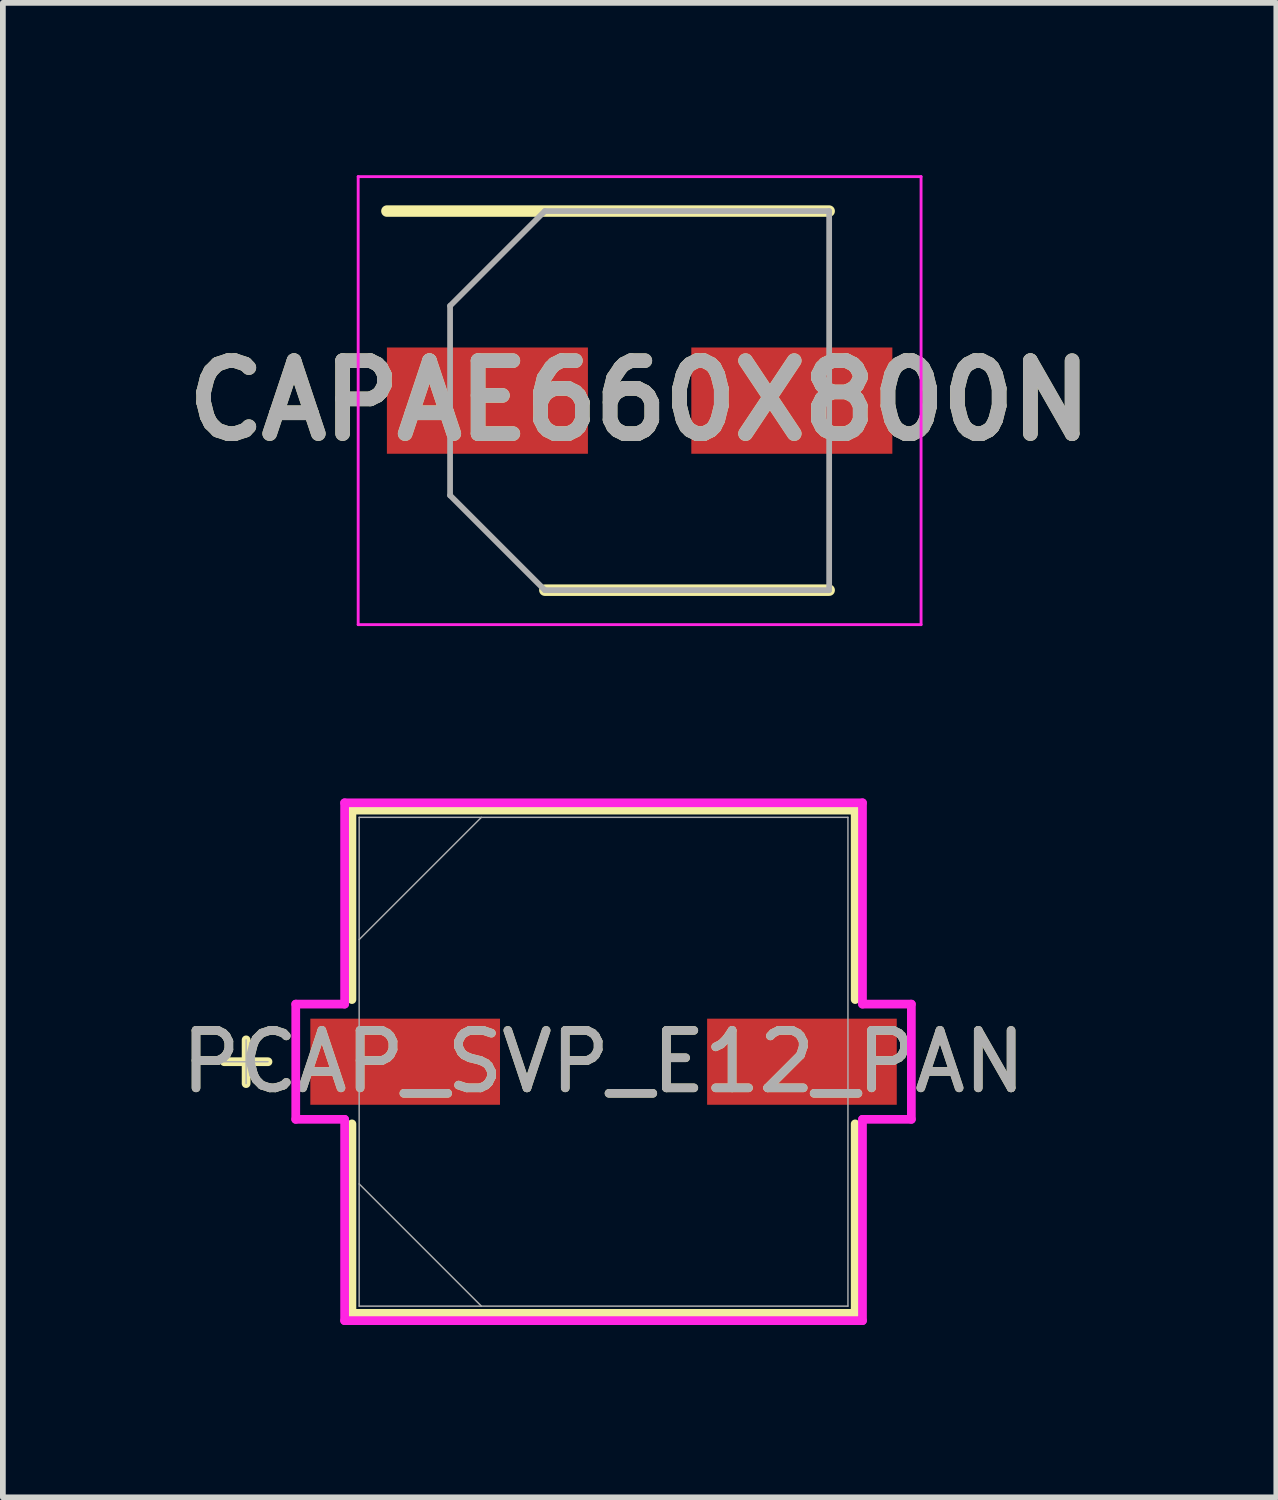
<source format=kicad_pcb>
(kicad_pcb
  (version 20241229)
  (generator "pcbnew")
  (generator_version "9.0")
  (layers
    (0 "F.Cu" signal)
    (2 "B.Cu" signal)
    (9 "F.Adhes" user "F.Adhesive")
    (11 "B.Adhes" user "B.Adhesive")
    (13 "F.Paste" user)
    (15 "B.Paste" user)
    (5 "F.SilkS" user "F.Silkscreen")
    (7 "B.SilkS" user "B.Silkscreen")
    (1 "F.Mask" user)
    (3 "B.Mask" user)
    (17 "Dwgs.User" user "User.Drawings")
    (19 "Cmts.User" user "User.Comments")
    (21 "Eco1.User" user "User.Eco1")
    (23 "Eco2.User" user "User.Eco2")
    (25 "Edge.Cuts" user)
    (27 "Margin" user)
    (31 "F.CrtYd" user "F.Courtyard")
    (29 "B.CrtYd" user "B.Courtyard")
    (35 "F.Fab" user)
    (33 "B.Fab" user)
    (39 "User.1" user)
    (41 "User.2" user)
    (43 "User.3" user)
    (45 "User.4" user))
  (footprint "CAPAE660X800N"
    (layer "F.Cu")
    (at 8.086 3.925)
    (property "Reference" "CAPAE660X800N" (at 0 0 0) (layer "F.SilkS") (effects (font (size 1.27 1.27) (thickness 0.254))))
    (attr smd)
    (fp_line (start -4.4 -3.3) (end 3.3 -3.3) (stroke (width 0.2) (type solid)) (layer "F.SilkS"))
    (fp_line (start -1.65 3.3) (end 3.3 3.3) (stroke (width 0.2) (type solid)) (layer "F.SilkS"))
    (fp_line (start -4.9 -3.9) (end 4.9 -3.9) (stroke (width 0.05) (type solid)) (layer "F.CrtYd"))
    (fp_line (start -4.9 3.9) (end -4.9 -3.9) (stroke (width 0.05) (type solid)) (layer "F.CrtYd"))
    (fp_line (start 4.9 -3.9) (end 4.9 3.9) (stroke (width 0.05) (type solid)) (layer "F.CrtYd"))
    (fp_line (start 4.9 3.9) (end -4.9 3.9) (stroke (width 0.05) (type solid)) (layer "F.CrtYd"))
    (fp_line (start -3.3 -1.65) (end -3.3 1.65) (stroke (width 0.1) (type solid)) (layer "F.Fab"))
    (fp_line (start -3.3 1.65) (end -1.65 3.3) (stroke (width 0.1) (type solid)) (layer "F.Fab"))
    (fp_line (start -1.65 -3.3) (end -3.3 -1.65) (stroke (width 0.1) (type solid)) (layer "F.Fab"))
    (fp_line (start -1.65 3.3) (end 3.3 3.3) (stroke (width 0.1) (type solid)) (layer "F.Fab"))
    (fp_line (start 3.3 -3.3) (end -1.65 -3.3) (stroke (width 0.1) (type solid)) (layer "F.Fab"))
    (fp_line (start 3.3 3.3) (end 3.3 -3.3) (stroke (width 0.1) (type solid)) (layer "F.Fab"))
    (fp_text user "${REFERENCE}" (at 0 0 0) (layer "F.Fab") (effects (font (size 1.27 1.27) (thickness 0.254))))
    (pad "1" smd rect (at -2.65 0 90) (size 1.85 3.5) (layers "F.Cu" "F.Mask" "F.Paste"))
    (pad "2" smd rect (at 2.65 0 90) (size 1.85 3.5) (layers "F.Cu" "F.Mask" "F.Paste")))
  (footprint "PCAP_SVP_E12_PAN"
    (layer "F.Cu")
    (at 7.458 15.435)
    (property "Reference" "PCAP_SVP_E12_PAN" (at 0 0 0) (unlocked yes) (layer "F.SilkS") (effects (font (size 1 1) (thickness 0.15))))
    (attr smd)
    (fp_line (start -6.223 -0.381) (end -6.223 0.381) (stroke (width 0.152) (type solid)) (layer "F.SilkS"))
    (fp_line (start -5.842 0) (end -6.604 0) (stroke (width 0.152) (type solid)) (layer "F.SilkS"))
    (fp_line (start -4.381 -4.381) (end -4.381 -1.082) (stroke (width 0.152) (type solid)) (layer "F.SilkS"))
    (fp_line (start -4.381 1.082) (end -4.381 4.381) (stroke (width 0.152) (type solid)) (layer "F.SilkS"))
    (fp_line (start -4.381 4.381) (end 4.381 4.381) (stroke (width 0.152) (type solid)) (layer "F.SilkS"))
    (fp_line (start 4.381 -4.381) (end -4.381 -4.381) (stroke (width 0.152) (type solid)) (layer "F.SilkS"))
    (fp_line (start 4.381 -1.082) (end 4.381 -4.381) (stroke (width 0.152) (type solid)) (layer "F.SilkS"))
    (fp_line (start 4.381 4.381) (end 4.381 1.082) (stroke (width 0.152) (type solid)) (layer "F.SilkS"))
    (fp_line (start -5.359 -1.003) (end -4.508 -1.003) (stroke (width 0.152) (type solid)) (layer "F.CrtYd"))
    (fp_line (start -5.359 1.003) (end -5.359 -1.003) (stroke (width 0.152) (type solid)) (layer "F.CrtYd"))
    (fp_line (start -4.508 -4.508) (end 4.508 -4.508) (stroke (width 0.152) (type solid)) (layer "F.CrtYd"))
    (fp_line (start -4.508 -1.003) (end -4.508 -4.508) (stroke (width 0.152) (type solid)) (layer "F.CrtYd"))
    (fp_line (start -4.508 1.003) (end -5.359 1.003) (stroke (width 0.152) (type solid)) (layer "F.CrtYd"))
    (fp_line (start -4.508 4.508) (end -4.508 1.003) (stroke (width 0.152) (type solid)) (layer "F.CrtYd"))
    (fp_line (start 4.508 -4.508) (end 4.508 -1.003) (stroke (width 0.152) (type solid)) (layer "F.CrtYd"))
    (fp_line (start 4.508 -1.003) (end 5.359 -1.003) (stroke (width 0.152) (type solid)) (layer "F.CrtYd"))
    (fp_line (start 4.508 1.003) (end 4.508 4.508) (stroke (width 0.152) (type solid)) (layer "F.CrtYd"))
    (fp_line (start 4.508 4.508) (end -4.508 4.508) (stroke (width 0.152) (type solid)) (layer "F.CrtYd"))
    (fp_line (start 5.359 -1.003) (end 5.359 1.003) (stroke (width 0.152) (type solid)) (layer "F.CrtYd"))
    (fp_line (start 5.359 1.003) (end 4.508 1.003) (stroke (width 0.152) (type solid)) (layer "F.CrtYd"))
    (fp_line (start -6.223 -0.381) (end -6.223 0.381) (stroke (width 0.025) (type solid)) (layer "F.Fab"))
    (fp_line (start -5.842 0) (end -6.604 0) (stroke (width 0.025) (type solid)) (layer "F.Fab"))
    (fp_line (start -4.255 -4.255) (end -4.255 4.255) (stroke (width 0.025) (type solid)) (layer "F.Fab"))
    (fp_line (start -4.255 -2.127) (end -2.127 -4.255) (stroke (width 0.025) (type solid)) (layer "F.Fab"))
    (fp_line (start -4.255 2.127) (end -2.127 4.255) (stroke (width 0.025) (type solid)) (layer "F.Fab"))
    (fp_line (start -4.255 4.255) (end 4.255 4.255) (stroke (width 0.025) (type solid)) (layer "F.Fab"))
    (fp_line (start 4.255 -4.255) (end -4.255 -4.255) (stroke (width 0.025) (type solid)) (layer "F.Fab"))
    (fp_line (start 4.255 4.255) (end 4.255 -4.255) (stroke (width 0.025) (type solid)) (layer "F.Fab"))
    (fp_text user "${REFERENCE}" (at 0 0 0) (unlocked yes) (layer "F.Fab") (effects (font (size 1 1) (thickness 0.15))))
    (pad "1" smd rect (at -3.454 0) (size 3.302 1.499) (layers "F.Cu" "F.Mask" "F.Paste"))
    (pad "2" smd rect (at 3.454 0) (size 3.302 1.499) (layers "F.Cu" "F.Mask" "F.Paste")))
  (gr_rect
    (start -3 -3)
    (end 19.171 23.019)
    (stroke (width 0.1) (type default))
    (fill no)
    (layer "Edge.Cuts")))
</source>
